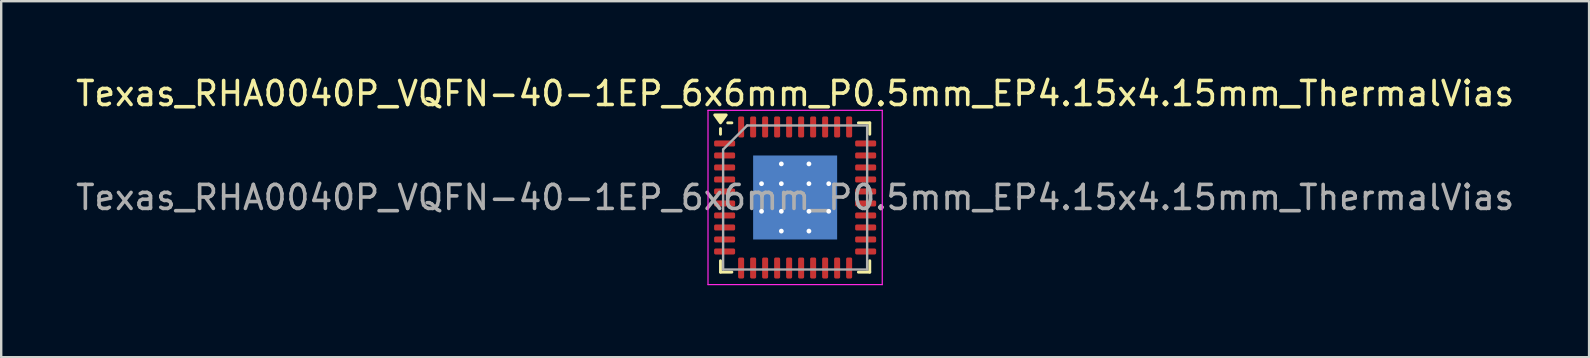
<source format=kicad_pcb>
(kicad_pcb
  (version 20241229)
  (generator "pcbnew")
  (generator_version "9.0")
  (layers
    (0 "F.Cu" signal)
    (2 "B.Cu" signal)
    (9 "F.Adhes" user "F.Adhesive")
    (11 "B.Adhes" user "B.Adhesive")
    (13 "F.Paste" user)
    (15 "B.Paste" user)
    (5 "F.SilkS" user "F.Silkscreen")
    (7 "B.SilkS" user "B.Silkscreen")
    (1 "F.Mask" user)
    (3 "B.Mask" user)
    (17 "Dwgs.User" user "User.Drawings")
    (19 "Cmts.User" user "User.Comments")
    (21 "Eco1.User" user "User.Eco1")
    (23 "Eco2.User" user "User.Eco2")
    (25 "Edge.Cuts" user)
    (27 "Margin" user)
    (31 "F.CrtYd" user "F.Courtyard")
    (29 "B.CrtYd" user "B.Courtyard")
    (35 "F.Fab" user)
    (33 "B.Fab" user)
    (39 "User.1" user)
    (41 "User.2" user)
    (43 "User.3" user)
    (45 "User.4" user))
  (footprint "Texas_RHA0040P_VQFN-40-1EP_6x6mm_P0.5mm_EP4.15x4.15mm_ThermalVias"
    (layer "F.Cu")
    (at 30.077 5.178)
    (property "Reference" "Texas_RHA0040P_VQFN-40-1EP_6x6mm_P0.5mm_EP4.15x4.15mm_ThermalVias" (at 0 -4.33 0) (layer "F.SilkS") (effects (font (size 1 1) (thickness 0.15))))
    (attr smd)
    (fp_line (start -3.11 -2.635) (end -3.11 -2.87) (stroke (width 0.12) (type solid)) (layer "F.SilkS"))
    (fp_line (start -3.11 3.11) (end -3.11 2.635) (stroke (width 0.12) (type solid)) (layer "F.SilkS"))
    (fp_line (start -2.635 -3.11) (end -2.81 -3.11) (stroke (width 0.12) (type solid)) (layer "F.SilkS"))
    (fp_line (start -2.635 3.11) (end -3.11 3.11) (stroke (width 0.12) (type solid)) (layer "F.SilkS"))
    (fp_line (start 2.635 -3.11) (end 3.11 -3.11) (stroke (width 0.12) (type solid)) (layer "F.SilkS"))
    (fp_line (start 2.635 3.11) (end 3.11 3.11) (stroke (width 0.12) (type solid)) (layer "F.SilkS"))
    (fp_line (start 3.11 -3.11) (end 3.11 -2.635) (stroke (width 0.12) (type solid)) (layer "F.SilkS"))
    (fp_line (start 3.11 3.11) (end 3.11 2.635) (stroke (width 0.12) (type solid)) (layer "F.SilkS"))
    (fp_poly (pts (xy -3.11 -3.11) (xy -3.35 -3.44) (xy -2.87 -3.44) (xy -3.11 -3.11)) (stroke (width 0.12) (type solid)) (fill yes) (layer "F.SilkS"))
    (fp_line (start -3.63 -3.63) (end -3.63 3.63) (stroke (width 0.05) (type solid)) (layer "F.CrtYd"))
    (fp_line (start -3.63 3.63) (end 3.63 3.63) (stroke (width 0.05) (type solid)) (layer "F.CrtYd"))
    (fp_line (start 3.63 -3.63) (end -3.63 -3.63) (stroke (width 0.05) (type solid)) (layer "F.CrtYd"))
    (fp_line (start 3.63 3.63) (end 3.63 -3.63) (stroke (width 0.05) (type solid)) (layer "F.CrtYd"))
    (fp_line (start -3 -2) (end -2 -3) (stroke (width 0.1) (type solid)) (layer "F.Fab"))
    (fp_line (start -3 3) (end -3 -2) (stroke (width 0.1) (type solid)) (layer "F.Fab"))
    (fp_line (start -2 -3) (end 3 -3) (stroke (width 0.1) (type solid)) (layer "F.Fab"))
    (fp_line (start 3 -3) (end 3 3) (stroke (width 0.1) (type solid)) (layer "F.Fab"))
    (fp_line (start 3 3) (end -3 3) (stroke (width 0.1) (type solid)) (layer "F.Fab"))
    (fp_text user "${REFERENCE}" (at 0 0 0) (layer "F.Fab") (effects (font (size 1 1) (thickness 0.15))))
    (pad "" smd roundrect (at -1.15 -1.15) (size 0.95 0.95) (layers "F.Paste") (roundrect_rratio 0.25))
    (pad "" smd roundrect (at -1.15 0) (size 0.95 0.95) (layers "F.Paste") (roundrect_rratio 0.25))
    (pad "" smd roundrect (at -1.15 1.15) (size 0.95 0.95) (layers "F.Paste") (roundrect_rratio 0.25))
    (pad "" smd roundrect (at 0 -1.15) (size 0.95 0.95) (layers "F.Paste") (roundrect_rratio 0.25))
    (pad "" smd roundrect (at 0 0) (size 0.95 0.95) (layers "F.Paste") (roundrect_rratio 0.25))
    (pad "" smd roundrect (at 0 1.15) (size 0.95 0.95) (layers "F.Paste") (roundrect_rratio 0.25))
    (pad "" smd roundrect (at 1.15 -1.15) (size 0.95 0.95) (layers "F.Paste") (roundrect_rratio 0.25))
    (pad "" smd roundrect (at 1.15 0) (size 0.95 0.95) (layers "F.Paste") (roundrect_rratio 0.25))
    (pad "" smd roundrect (at 1.15 1.15) (size 0.95 0.95) (layers "F.Paste") (roundrect_rratio 0.25))
    (pad "1" smd roundrect (at -2.938 -2.25) (size 0.875 0.25) (layers "F.Cu" "F.Mask" "F.Paste") (roundrect_rratio 0.25))
    (pad "2" smd roundrect (at -2.938 -1.75) (size 0.875 0.25) (layers "F.Cu" "F.Mask" "F.Paste") (roundrect_rratio 0.25))
    (pad "3" smd roundrect (at -2.938 -1.25) (size 0.875 0.25) (layers "F.Cu" "F.Mask" "F.Paste") (roundrect_rratio 0.25))
    (pad "4" smd roundrect (at -2.938 -0.75) (size 0.875 0.25) (layers "F.Cu" "F.Mask" "F.Paste") (roundrect_rratio 0.25))
    (pad "5" smd roundrect (at -2.938 -0.25) (size 0.875 0.25) (layers "F.Cu" "F.Mask" "F.Paste") (roundrect_rratio 0.25))
    (pad "6" smd roundrect (at -2.938 0.25) (size 0.875 0.25) (layers "F.Cu" "F.Mask" "F.Paste") (roundrect_rratio 0.25))
    (pad "7" smd roundrect (at -2.938 0.75) (size 0.875 0.25) (layers "F.Cu" "F.Mask" "F.Paste") (roundrect_rratio 0.25))
    (pad "8" smd roundrect (at -2.938 1.25) (size 0.875 0.25) (layers "F.Cu" "F.Mask" "F.Paste") (roundrect_rratio 0.25))
    (pad "9" smd roundrect (at -2.938 1.75) (size 0.875 0.25) (layers "F.Cu" "F.Mask" "F.Paste") (roundrect_rratio 0.25))
    (pad "10" smd roundrect (at -2.938 2.25) (size 0.875 0.25) (layers "F.Cu" "F.Mask" "F.Paste") (roundrect_rratio 0.25))
    (pad "11" smd roundrect (at -2.25 2.938) (size 0.25 0.875) (layers "F.Cu" "F.Mask" "F.Paste") (roundrect_rratio 0.25))
    (pad "12" smd roundrect (at -1.75 2.938) (size 0.25 0.875) (layers "F.Cu" "F.Mask" "F.Paste") (roundrect_rratio 0.25))
    (pad "13" smd roundrect (at -1.25 2.938) (size 0.25 0.875) (layers "F.Cu" "F.Mask" "F.Paste") (roundrect_rratio 0.25))
    (pad "14" smd roundrect (at -0.75 2.938) (size 0.25 0.875) (layers "F.Cu" "F.Mask" "F.Paste") (roundrect_rratio 0.25))
    (pad "15" smd roundrect (at -0.25 2.938) (size 0.25 0.875) (layers "F.Cu" "F.Mask" "F.Paste") (roundrect_rratio 0.25))
    (pad "16" smd roundrect (at 0.25 2.938) (size 0.25 0.875) (layers "F.Cu" "F.Mask" "F.Paste") (roundrect_rratio 0.25))
    (pad "17" smd roundrect (at 0.75 2.938) (size 0.25 0.875) (layers "F.Cu" "F.Mask" "F.Paste") (roundrect_rratio 0.25))
    (pad "18" smd roundrect (at 1.25 2.938) (size 0.25 0.875) (layers "F.Cu" "F.Mask" "F.Paste") (roundrect_rratio 0.25))
    (pad "19" smd roundrect (at 1.75 2.938) (size 0.25 0.875) (layers "F.Cu" "F.Mask" "F.Paste") (roundrect_rratio 0.25))
    (pad "20" smd roundrect (at 2.25 2.938) (size 0.25 0.875) (layers "F.Cu" "F.Mask" "F.Paste") (roundrect_rratio 0.25))
    (pad "21" smd roundrect (at 2.938 2.25) (size 0.875 0.25) (layers "F.Cu" "F.Mask" "F.Paste") (roundrect_rratio 0.25))
    (pad "22" smd roundrect (at 2.938 1.75) (size 0.875 0.25) (layers "F.Cu" "F.Mask" "F.Paste") (roundrect_rratio 0.25))
    (pad "23" smd roundrect (at 2.938 1.25) (size 0.875 0.25) (layers "F.Cu" "F.Mask" "F.Paste") (roundrect_rratio 0.25))
    (pad "24" smd roundrect (at 2.938 0.75) (size 0.875 0.25) (layers "F.Cu" "F.Mask" "F.Paste") (roundrect_rratio 0.25))
    (pad "25" smd roundrect (at 2.938 0.25) (size 0.875 0.25) (layers "F.Cu" "F.Mask" "F.Paste") (roundrect_rratio 0.25))
    (pad "26" smd roundrect (at 2.938 -0.25) (size 0.875 0.25) (layers "F.Cu" "F.Mask" "F.Paste") (roundrect_rratio 0.25))
    (pad "27" smd roundrect (at 2.938 -0.75) (size 0.875 0.25) (layers "F.Cu" "F.Mask" "F.Paste") (roundrect_rratio 0.25))
    (pad "28" smd roundrect (at 2.938 -1.25) (size 0.875 0.25) (layers "F.Cu" "F.Mask" "F.Paste") (roundrect_rratio 0.25))
    (pad "29" smd roundrect (at 2.938 -1.75) (size 0.875 0.25) (layers "F.Cu" "F.Mask" "F.Paste") (roundrect_rratio 0.25))
    (pad "30" smd roundrect (at 2.938 -2.25) (size 0.875 0.25) (layers "F.Cu" "F.Mask" "F.Paste") (roundrect_rratio 0.25))
    (pad "31" smd roundrect (at 2.25 -2.938) (size 0.25 0.875) (layers "F.Cu" "F.Mask" "F.Paste") (roundrect_rratio 0.25))
    (pad "32" smd roundrect (at 1.75 -2.938) (size 0.25 0.875) (layers "F.Cu" "F.Mask" "F.Paste") (roundrect_rratio 0.25))
    (pad "33" smd roundrect (at 1.25 -2.938) (size 0.25 0.875) (layers "F.Cu" "F.Mask" "F.Paste") (roundrect_rratio 0.25))
    (pad "34" smd roundrect (at 0.75 -2.938) (size 0.25 0.875) (layers "F.Cu" "F.Mask" "F.Paste") (roundrect_rratio 0.25))
    (pad "35" smd roundrect (at 0.25 -2.938) (size 0.25 0.875) (layers "F.Cu" "F.Mask" "F.Paste") (roundrect_rratio 0.25))
    (pad "36" smd roundrect (at -0.25 -2.938) (size 0.25 0.875) (layers "F.Cu" "F.Mask" "F.Paste") (roundrect_rratio 0.25))
    (pad "37" smd roundrect (at -0.75 -2.938) (size 0.25 0.875) (layers "F.Cu" "F.Mask" "F.Paste") (roundrect_rratio 0.25))
    (pad "38" smd roundrect (at -1.25 -2.938) (size 0.25 0.875) (layers "F.Cu" "F.Mask" "F.Paste") (roundrect_rratio 0.25))
    (pad "39" smd roundrect (at -1.75 -2.938) (size 0.25 0.875) (layers "F.Cu" "F.Mask" "F.Paste") (roundrect_rratio 0.25))
    (pad "40" smd roundrect (at -2.25 -2.938) (size 0.25 0.875) (layers "F.Cu" "F.Mask" "F.Paste") (roundrect_rratio 0.25))
    (pad "41" thru_hole circle (at -1.4 -0.575) (size 0.5 0.5) (drill 0.2) (property pad_prop_heatsink) (layers "*.Cu"))
    (pad "41" thru_hole circle (at -1.4 0.575) (size 0.5 0.5) (drill 0.2) (property pad_prop_heatsink) (layers "*.Cu"))
    (pad "41" thru_hole circle (at -0.575 -1.4) (size 0.5 0.5) (drill 0.2) (property pad_prop_heatsink) (layers "*.Cu"))
    (pad "41" thru_hole circle (at -0.575 -0.575) (size 0.5 0.5) (drill 0.2) (property pad_prop_heatsink) (layers "*.Cu"))
    (pad "41" thru_hole circle (at -0.575 0.575) (size 0.5 0.5) (drill 0.2) (property pad_prop_heatsink) (layers "*.Cu"))
    (pad "41" thru_hole circle (at -0.575 1.4) (size 0.5 0.5) (drill 0.2) (property pad_prop_heatsink) (layers "*.Cu"))
    (pad "41" smd rect (at 0 0) (size 3.3 3.3) (property pad_prop_heatsink) (layers "F.Cu" "F.Mask"))
    (pad "41" smd rect (at 0 0) (size 3.5 3.5) (property pad_prop_heatsink) (layers "B.Cu"))
    (pad "41" thru_hole circle (at 0.575 -1.4) (size 0.5 0.5) (drill 0.2) (property pad_prop_heatsink) (layers "*.Cu"))
    (pad "41" thru_hole circle (at 0.575 -0.575) (size 0.5 0.5) (drill 0.2) (property pad_prop_heatsink) (layers "*.Cu"))
    (pad "41" thru_hole circle (at 0.575 0.575) (size 0.5 0.5) (drill 0.2) (property pad_prop_heatsink) (layers "*.Cu"))
    (pad "41" thru_hole circle (at 0.575 1.4) (size 0.5 0.5) (drill 0.2) (property pad_prop_heatsink) (layers "*.Cu"))
    (pad "41" thru_hole circle (at 1.4 -0.575) (size 0.5 0.5) (drill 0.2) (property pad_prop_heatsink) (layers "*.Cu"))
    (pad "41" thru_hole circle (at 1.4 0.575) (size 0.5 0.5) (drill 0.2) (property pad_prop_heatsink) (layers "*.Cu")))
  (gr_rect
    (start -3 -3)
    (end 63.155 11.833)
    (stroke (width 0.1) (type default))
    (fill no)
    (layer "Edge.Cuts")))
</source>
